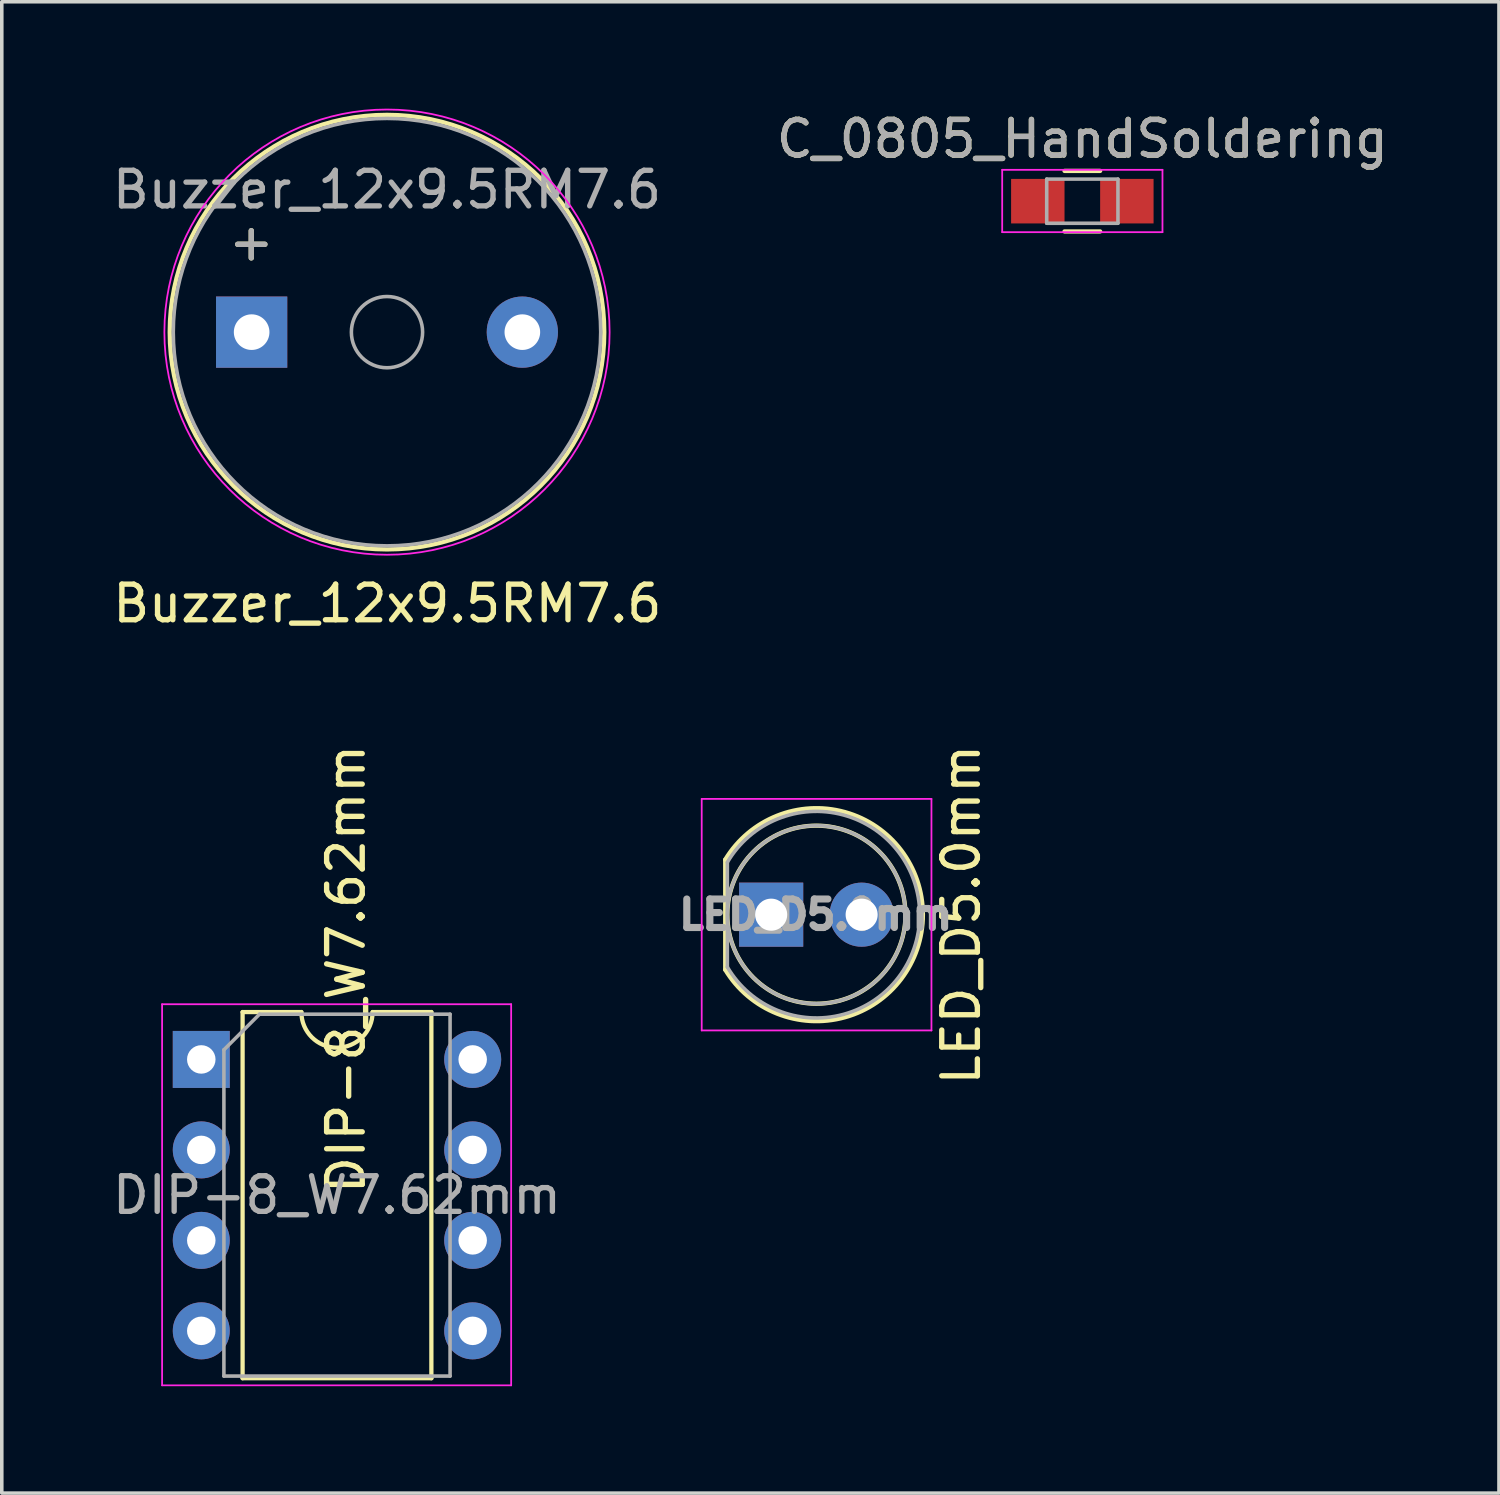
<source format=kicad_pcb>
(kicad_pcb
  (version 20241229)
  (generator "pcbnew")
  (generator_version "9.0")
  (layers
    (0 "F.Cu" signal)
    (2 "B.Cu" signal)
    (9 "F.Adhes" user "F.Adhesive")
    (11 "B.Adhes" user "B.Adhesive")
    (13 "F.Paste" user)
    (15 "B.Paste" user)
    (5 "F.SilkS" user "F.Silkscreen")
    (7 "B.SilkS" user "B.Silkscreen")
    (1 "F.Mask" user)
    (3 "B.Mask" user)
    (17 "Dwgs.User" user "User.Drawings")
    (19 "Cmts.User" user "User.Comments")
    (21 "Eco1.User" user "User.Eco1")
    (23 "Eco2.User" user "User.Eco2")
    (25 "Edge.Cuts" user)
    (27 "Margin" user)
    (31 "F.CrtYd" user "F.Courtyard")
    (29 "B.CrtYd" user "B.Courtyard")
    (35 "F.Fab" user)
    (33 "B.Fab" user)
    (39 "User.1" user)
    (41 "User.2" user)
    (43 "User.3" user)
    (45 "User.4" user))
  (footprint "DIP-8_W7.62mm"
    (layer "F.Cu")
    (at 2.601 26.694)
    (property "Reference" "DIP-8_W7.62mm" (at 4.064 -2.54 90) (layer "F.SilkS") (effects (font (size 1 1) (thickness 0.15))))
    (attr through_hole)
    (fp_line (start 1.16 -1.33) (end 1.16 8.95) (stroke (width 0.12) (type solid)) (layer "F.SilkS"))
    (fp_line (start 1.16 8.95) (end 6.46 8.95) (stroke (width 0.12) (type solid)) (layer "F.SilkS"))
    (fp_line (start 2.81 -1.33) (end 1.16 -1.33) (stroke (width 0.12) (type solid)) (layer "F.SilkS"))
    (fp_line (start 6.46 -1.33) (end 4.81 -1.33) (stroke (width 0.12) (type solid)) (layer "F.SilkS"))
    (fp_line (start 6.46 8.95) (end 6.46 -1.33) (stroke (width 0.12) (type solid)) (layer "F.SilkS"))
    (fp_arc (start 4.81 -1.33) (mid 3.81 -0.33) (end 2.81 -1.33) (stroke (width 0.12) (type solid)) (layer "F.SilkS"))
    (fp_line (start -1.1 -1.55) (end -1.1 9.15) (stroke (width 0.05) (type solid)) (layer "F.CrtYd"))
    (fp_line (start -1.1 9.15) (end 8.7 9.15) (stroke (width 0.05) (type solid)) (layer "F.CrtYd"))
    (fp_line (start 8.7 -1.55) (end -1.1 -1.55) (stroke (width 0.05) (type solid)) (layer "F.CrtYd"))
    (fp_line (start 8.7 9.15) (end 8.7 -1.55) (stroke (width 0.05) (type solid)) (layer "F.CrtYd"))
    (fp_line (start 0.635 -0.27) (end 1.635 -1.27) (stroke (width 0.1) (type solid)) (layer "F.Fab"))
    (fp_line (start 0.635 8.89) (end 0.635 -0.27) (stroke (width 0.1) (type solid)) (layer "F.Fab"))
    (fp_line (start 1.635 -1.27) (end 6.985 -1.27) (stroke (width 0.1) (type solid)) (layer "F.Fab"))
    (fp_line (start 6.985 -1.27) (end 6.985 8.89) (stroke (width 0.1) (type solid)) (layer "F.Fab"))
    (fp_line (start 6.985 8.89) (end 0.635 8.89) (stroke (width 0.1) (type solid)) (layer "F.Fab"))
    (fp_text user "${REFERENCE}" (at 3.81 3.81 0) (layer "F.Fab") (effects (font (size 1 1) (thickness 0.15))))
    (pad "1" thru_hole rect (at 0 0) (size 1.6 1.6) (drill 0.8) (layers "*.Cu" "*.Mask"))
    (pad "2" thru_hole oval (at 0 2.54) (size 1.6 1.6) (drill 0.8) (layers "*.Cu" "*.Mask"))
    (pad "3" thru_hole oval (at 0 5.08) (size 1.6 1.6) (drill 0.8) (layers "*.Cu" "*.Mask"))
    (pad "4" thru_hole oval (at 0 7.62) (size 1.6 1.6) (drill 0.8) (layers "*.Cu" "*.Mask"))
    (pad "5" thru_hole oval (at 7.62 7.62) (size 1.6 1.6) (drill 0.8) (layers "*.Cu" "*.Mask"))
    (pad "6" thru_hole oval (at 7.62 5.08) (size 1.6 1.6) (drill 0.8) (layers "*.Cu" "*.Mask"))
    (pad "7" thru_hole oval (at 7.62 2.54) (size 1.6 1.6) (drill 0.8) (layers "*.Cu" "*.Mask"))
    (pad "8" thru_hole oval (at 7.62 0) (size 1.6 1.6) (drill 0.8) (layers "*.Cu" "*.Mask")))
  (footprint "Buzzer_12x9.5RM7.6"
    (layer "F.Cu")
    (at 4.015 6.275)
    (property "Reference" "Buzzer_12x9.5RM7.6" (at 3.81 7.62 0) (layer "F.SilkS") (effects (font (size 1 1) (thickness 0.15))))
    (attr through_hole)
    (fp_circle (center 3.8 0) (end 9.9 0) (stroke (width 0.12) (type solid)) (fill no) (layer "F.SilkS"))
    (fp_circle (center 3.8 0) (end 10.05 0) (stroke (width 0.05) (type solid)) (fill no) (layer "F.CrtYd"))
    (fp_circle (center 3.8 0) (end 4.8 0) (stroke (width 0.1) (type solid)) (fill no) (layer "F.Fab"))
    (fp_circle (center 3.8 0) (end 9.8 0) (stroke (width 0.1) (type solid)) (fill no) (layer "F.Fab"))
    (fp_text user "+" (at -0.01 -2.54 0) (layer "F.SilkS") (effects (font (size 1 1) (thickness 0.15))))
    (fp_text user "+" (at -0.01 -2.54 0) (layer "F.Fab") (effects (font (size 1 1) (thickness 0.15))))
    (fp_text user "${REFERENCE}" (at 3.8 -4 0) (layer "F.Fab") (effects (font (size 1 1) (thickness 0.15))))
    (pad "1" thru_hole rect (at 0 0) (size 2 2) (drill 1) (layers "*.Cu" "*.Mask"))
    (pad "2" thru_hole circle (at 7.6 0) (size 2 2) (drill 1) (layers "*.Cu" "*.Mask")))
  (footprint "C_0805_HandSoldering"
    (layer "F.Cu")
    (at 27.337 2.598)
    (property "Reference" "C_0805_HandSoldering" (at 0 -1.75 0) (layer "F.SilkS") (effects (font (size 1 1) (thickness 0.15))))
    (attr smd)
    (fp_line (start -0.5 0.85) (end 0.5 0.85) (stroke (width 0.12) (type solid)) (layer "F.SilkS"))
    (fp_line (start 0.5 -0.85) (end -0.5 -0.85) (stroke (width 0.12) (type solid)) (layer "F.SilkS"))
    (fp_line (start -2.25 -0.88) (end -2.25 0.87) (stroke (width 0.05) (type solid)) (layer "F.CrtYd"))
    (fp_line (start -2.25 -0.88) (end 2.25 -0.88) (stroke (width 0.05) (type solid)) (layer "F.CrtYd"))
    (fp_line (start 2.25 0.87) (end -2.25 0.87) (stroke (width 0.05) (type solid)) (layer "F.CrtYd"))
    (fp_line (start 2.25 0.87) (end 2.25 -0.88) (stroke (width 0.05) (type solid)) (layer "F.CrtYd"))
    (fp_line (start -1 -0.62) (end 1 -0.62) (stroke (width 0.1) (type solid)) (layer "F.Fab"))
    (fp_line (start -1 0.62) (end -1 -0.62) (stroke (width 0.1) (type solid)) (layer "F.Fab"))
    (fp_line (start 1 -0.62) (end 1 0.62) (stroke (width 0.1) (type solid)) (layer "F.Fab"))
    (fp_line (start 1 0.62) (end -1 0.62) (stroke (width 0.1) (type solid)) (layer "F.Fab"))
    (fp_text user "${REFERENCE}" (at 0 -1.75 0) (layer "F.Fab") (effects (font (size 1 1) (thickness 0.15))))
    (pad "1" smd rect (at -1.25 0) (size 1.5 1.25) (layers "F.Cu" "F.Mask" "F.Paste"))
    (pad "2" smd rect (at 1.25 0) (size 1.5 1.25) (layers "F.Cu" "F.Mask" "F.Paste")))
  (footprint "LED_D5.0mm"
    (layer "F.Cu")
    (at 18.601 22.63)
    (property "Reference" "LED_D5.0mm" (at 5.334 0 90) (layer "F.SilkS") (effects (font (size 1 1) (thickness 0.15))))
    (attr through_hole)
    (fp_line (start -1.29 -1.545) (end -1.29 1.545) (stroke (width 0.12) (type solid)) (layer "F.SilkS"))
    (fp_arc (start -1.29 -1.54483) (mid 2.072002 -2.880433) (end 4.26 0.000462) (stroke (width 0.12) (type solid)) (layer "F.SilkS"))
    (fp_arc (start 4.26 -0.000462) (mid 2.072002 2.880433) (end -1.29 1.54483) (stroke (width 0.12) (type solid)) (layer "F.SilkS"))
    (fp_circle (center 1.27 0) (end 3.77 0) (stroke (width 0.12) (type solid)) (fill no) (layer "F.SilkS"))
    (fp_line (start -1.95 -3.25) (end -1.95 3.25) (stroke (width 0.05) (type solid)) (layer "F.CrtYd"))
    (fp_line (start -1.95 3.25) (end 4.5 3.25) (stroke (width 0.05) (type solid)) (layer "F.CrtYd"))
    (fp_line (start 4.5 -3.25) (end -1.95 -3.25) (stroke (width 0.05) (type solid)) (layer "F.CrtYd"))
    (fp_line (start 4.5 3.25) (end 4.5 -3.25) (stroke (width 0.05) (type solid)) (layer "F.CrtYd"))
    (fp_line (start -1.23 -1.47) (end -1.23 1.47) (stroke (width 0.1) (type solid)) (layer "F.Fab"))
    (fp_arc (start -1.23 -1.469694) (mid 4.17 0.000016) (end -1.230016 1.469666) (stroke (width 0.1) (type solid)) (layer "F.Fab"))
    (fp_circle (center 1.27 0) (end 3.77 0) (stroke (width 0.1) (type solid)) (fill no) (layer "F.Fab"))
    (fp_text user "${REFERENCE}" (at 1.25 0 0) (layer "F.Fab") (effects (font (size 0.8 0.8) (thickness 0.2))))
    (pad "1" thru_hole rect (at 0 0) (size 1.8 1.8) (drill 0.9) (layers "*.Cu" "*.Mask"))
    (pad "2" thru_hole circle (at 2.54 0) (size 1.8 1.8) (drill 0.9) (layers "*.Cu" "*.Mask")))
  (gr_rect
    (start -3 -3)
    (end 39.034 38.869)
    (stroke (width 0.1) (type default))
    (fill no)
    (layer "Edge.Cuts")))
</source>
